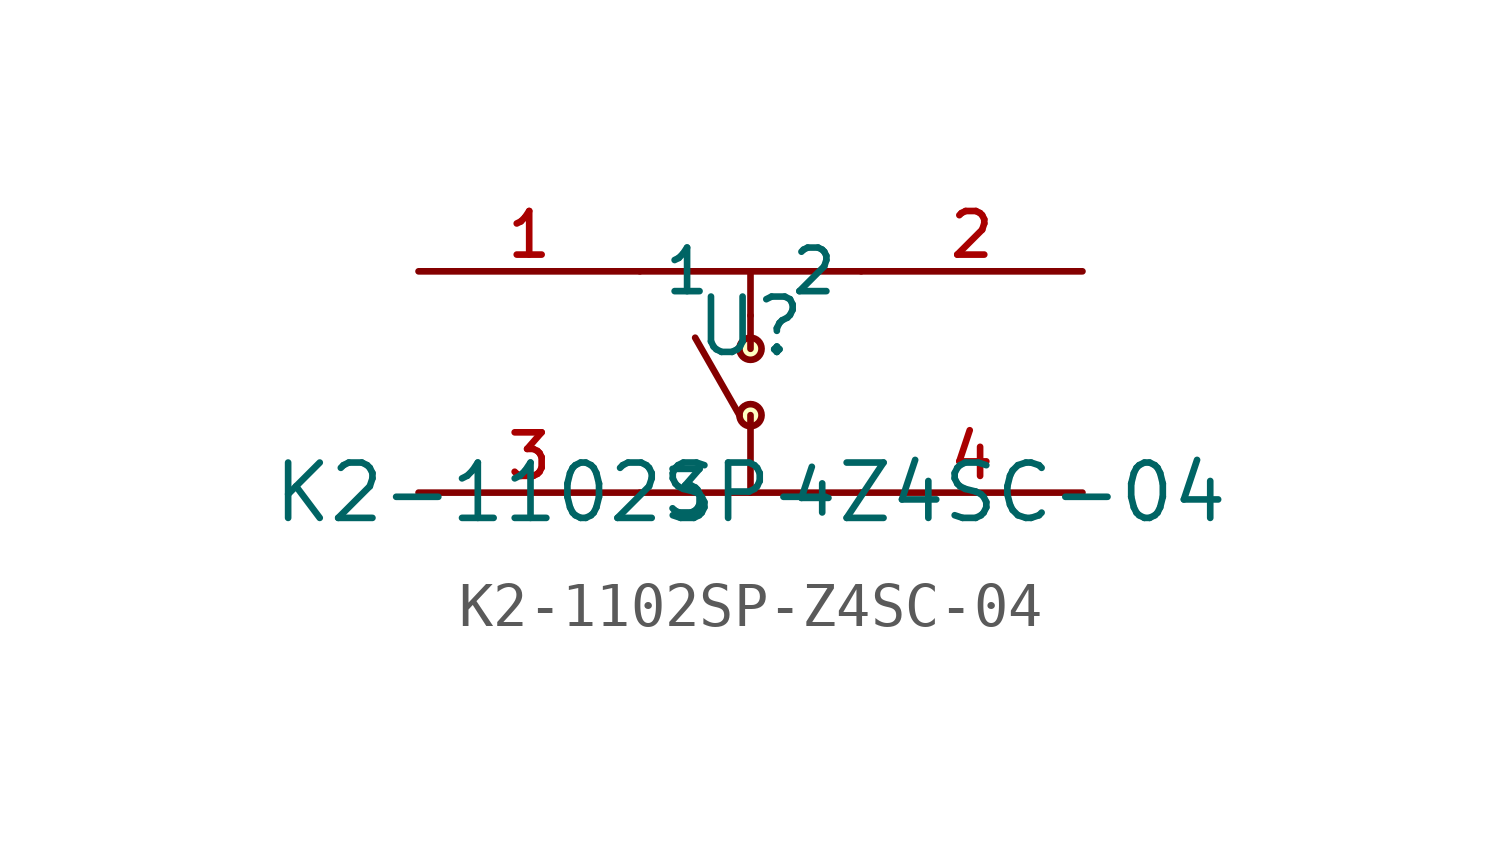
<source format=kicad_sym>
(kicad_symbol_lib
  (version 20210201)
  (generator TousstNicolas/JLC2KiCad_lib)
  (symbol "K2-1102SP-Z4SC-04"
    (property "Reference" "U"
      (at 0 1.27 0)
      (effects (font (size 1.27 1.27))))
    (property "Value" "K2-1102SP-Z4SC-04"
      (at 0 -2.54 0)
      (effects (font (size 1.27 1.27))))
    (symbol "K2-1102SP-Z4SC-04_0_1"
      (circle (center 0.0 0.762) (radius 0.254) (stroke (width 0) (type default) (color 0 0 0 0)) (fill (type background)))
      (circle (center 0.0 -0.762) (radius 0.254) (stroke (width 0) (type default) (color 0 0 0 0)) (fill (type background)))
      (pin unspecified line (at 7.62 -2.54 180) (length 5.08) (name "4" (effects (font (size 1 1)))) (number "4" (effects (font (size 1 1)))))
      (pin unspecified line (at -7.62 -2.54 0) (length 5.08) (name "3" (effects (font (size 1 1)))) (number "3" (effects (font (size 1 1)))))
      (pin unspecified line (at 7.62 2.54 180) (length 5.08) (name "2" (effects (font (size 1 1)))) (number "2" (effects (font (size 1 1)))))
      (pin unspecified line (at -7.62 2.54 0) (length 5.08) (name "1" (effects (font (size 1 1)))) (number "1" (effects (font (size 1 1)))))
      (polyline (pts (xy -1.27 1.016) (xy -0.254 -0.762)) (stroke (width 0) (type default) (color 0 0 0 0)) (fill (type none)))
      (polyline (pts (xy 0.0 1.524) (xy 0.0 0.762)) (stroke (width 0) (type default) (color 0 0 0 0)) (fill (type none)))
      (polyline (pts (xy 0.0 -2.54) (xy 0.0 -0.762)) (stroke (width 0) (type default) (color 0 0 0 0)) (fill (type none)))
      (polyline (pts (xy 0.0 2.54) (xy 0.0 1.524)) (stroke (width 0) (type default) (color 0 0 0 0)) (fill (type none)))
      (polyline (pts (xy -2.54 -2.54) (xy 2.54 -2.54)) (stroke (width 0) (type default) (color 0 0 0 0)) (fill (type none)))
      (polyline (pts (xy -2.54 2.54) (xy 2.54 2.54)) (stroke (width 0) (type default) (color 0 0 0 0)) (fill (type none))))))
</source>
